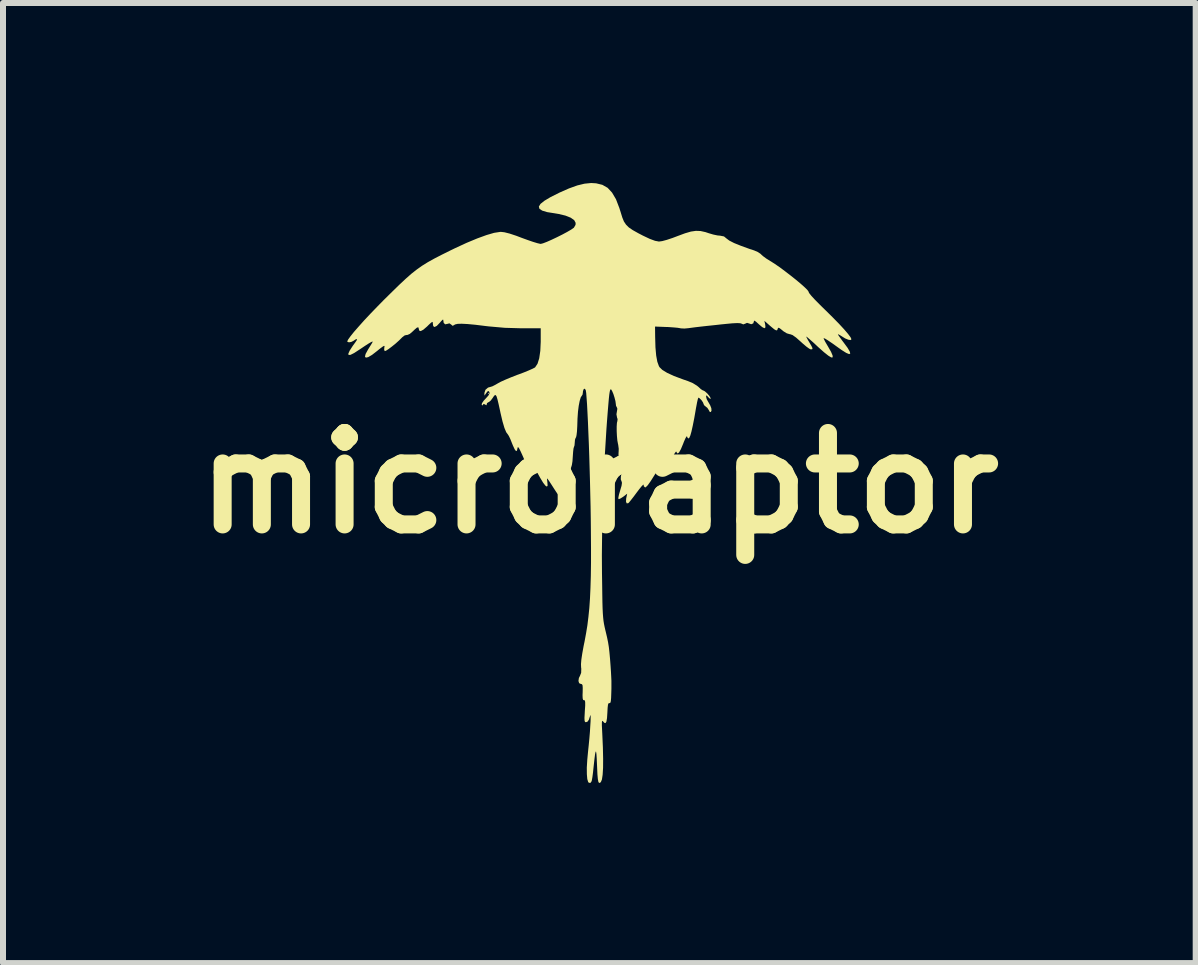
<source format=kicad_pcb>
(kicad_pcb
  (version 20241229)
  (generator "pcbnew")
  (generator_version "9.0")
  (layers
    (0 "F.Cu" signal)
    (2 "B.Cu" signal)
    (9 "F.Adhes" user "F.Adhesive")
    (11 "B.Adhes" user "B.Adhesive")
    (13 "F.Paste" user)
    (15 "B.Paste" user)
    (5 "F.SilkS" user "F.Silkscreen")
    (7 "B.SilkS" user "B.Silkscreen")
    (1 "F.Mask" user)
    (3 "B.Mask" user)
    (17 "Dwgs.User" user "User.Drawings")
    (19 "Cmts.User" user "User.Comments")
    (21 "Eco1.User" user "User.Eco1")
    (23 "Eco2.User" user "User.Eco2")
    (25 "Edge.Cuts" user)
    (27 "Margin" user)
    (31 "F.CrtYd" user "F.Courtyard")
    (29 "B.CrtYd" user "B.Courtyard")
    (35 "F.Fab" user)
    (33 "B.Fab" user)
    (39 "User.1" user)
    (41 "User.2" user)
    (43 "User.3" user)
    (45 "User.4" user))
  (footprint "microraptor"
    (layer "F.Cu")
    (at 6.938 5)
    (property "Reference" "microraptor" (at 0 0 0) (layer "F.SilkS") (effects (font (size 1.524 1.524) (thickness 0.3))))
    (attr board_only exclude_from_pos_files exclude_from_bom)
    (fp_poly (pts (xy -1.837 -1.495) (xy -1.846 -1.485) (xy -1.856 -1.495) (xy -1.846 -1.504)) (stroke (width 0) (type solid)) (fill yes) (layer "F.SilkS"))
    (fp_poly (pts (xy -0.053 -4.995) (xy 0.05 -4.97) (xy 0.138 -4.92) (xy 0.212 -4.84) (xy 0.277 -4.73) (xy 0.333 -4.584) (xy 0.355 -4.515) (xy 0.382 -4.427) (xy 0.409 -4.36) (xy 0.444 -4.307) (xy 0.491 -4.26) (xy 0.557 -4.215) (xy 0.648 -4.164) (xy 0.727 -4.123) (xy 0.841 -4.069) (xy 0.928 -4.037) (xy 0.991 -4.025) (xy 0.996 -4.025) (xy 1.047 -4.032) (xy 1.125 -4.053) (xy 1.221 -4.085) (xy 1.303 -4.116) (xy 1.427 -4.162) (xy 1.526 -4.191) (xy 1.609 -4.203) (xy 1.687 -4.2) (xy 1.768 -4.182) (xy 1.825 -4.163) (xy 1.9 -4.141) (xy 1.971 -4.126) (xy 2.01 -4.123) (xy 2.077 -4.11) (xy 2.121 -4.074) (xy 2.165 -4.041) (xy 2.245 -4) (xy 2.359 -3.954) (xy 2.505 -3.901) (xy 2.579 -3.877) (xy 2.639 -3.851) (xy 2.685 -3.821) (xy 2.696 -3.81) (xy 2.727 -3.782) (xy 2.781 -3.742) (xy 2.848 -3.7) (xy 2.859 -3.694) (xy 2.927 -3.65) (xy 3.009 -3.594) (xy 3.097 -3.528) (xy 3.188 -3.458) (xy 3.276 -3.388) (xy 3.355 -3.322) (xy 3.419 -3.265) (xy 3.465 -3.22) (xy 3.486 -3.192) (xy 3.486 -3.187) (xy 3.497 -3.165) (xy 3.533 -3.12) (xy 3.592 -3.056) (xy 3.671 -2.976) (xy 3.765 -2.883) (xy 3.77 -2.879) (xy 3.889 -2.761) (xy 3.993 -2.655) (xy 4.079 -2.562) (xy 4.144 -2.486) (xy 4.186 -2.43) (xy 4.201 -2.397) (xy 4.201 -2.396) (xy 4.186 -2.383) (xy 4.148 -2.389) (xy 4.097 -2.41) (xy 4.06 -2.433) (xy 4.014 -2.462) (xy 3.982 -2.479) (xy 3.976 -2.481) (xy 3.981 -2.467) (xy 4.007 -2.429) (xy 4.047 -2.374) (xy 4.072 -2.341) (xy 4.137 -2.253) (xy 4.173 -2.191) (xy 4.181 -2.157) (xy 4.162 -2.149) (xy 4.114 -2.169) (xy 4.038 -2.217) (xy 3.994 -2.248) (xy 3.891 -2.322) (xy 3.816 -2.373) (xy 3.767 -2.404) (xy 3.741 -2.415) (xy 3.737 -2.414) (xy 3.743 -2.396) (xy 3.765 -2.353) (xy 3.8 -2.293) (xy 3.809 -2.278) (xy 3.861 -2.187) (xy 3.887 -2.126) (xy 3.889 -2.095) (xy 3.865 -2.093) (xy 3.817 -2.122) (xy 3.744 -2.18) (xy 3.647 -2.266) (xy 3.577 -2.332) (xy 3.516 -2.386) (xy 3.472 -2.424) (xy 3.45 -2.442) (xy 3.449 -2.442) (xy 3.453 -2.427) (xy 3.473 -2.389) (xy 3.498 -2.347) (xy 3.534 -2.286) (xy 3.551 -2.25) (xy 3.55 -2.232) (xy 3.532 -2.228) (xy 3.524 -2.227) (xy 3.497 -2.24) (xy 3.45 -2.274) (xy 3.391 -2.324) (xy 3.358 -2.354) (xy 3.279 -2.424) (xy 3.22 -2.466) (xy 3.178 -2.481) (xy 3.172 -2.481) (xy 3.124 -2.495) (xy 3.067 -2.53) (xy 3.051 -2.544) (xy 3.007 -2.579) (xy 2.984 -2.589) (xy 2.974 -2.577) (xy 2.973 -2.573) (xy 2.964 -2.548) (xy 2.947 -2.544) (xy 2.915 -2.562) (xy 2.863 -2.605) (xy 2.843 -2.622) (xy 2.75 -2.704) (xy 2.764 -2.641) (xy 2.768 -2.595) (xy 2.751 -2.58) (xy 2.714 -2.599) (xy 2.655 -2.649) (xy 2.653 -2.651) (xy 2.612 -2.688) (xy 2.585 -2.706) (xy 2.579 -2.705) (xy 2.565 -2.661) (xy 2.531 -2.647) (xy 2.502 -2.657) (xy 2.461 -2.67) (xy 2.431 -2.656) (xy 2.397 -2.644) (xy 2.379 -2.653) (xy 2.351 -2.663) (xy 2.298 -2.666) (xy 2.216 -2.662) (xy 2.099 -2.651) (xy 2.081 -2.649) (xy 2.029 -2.644) (xy 1.95 -2.635) (xy 1.856 -2.625) (xy 1.788 -2.618) (xy 1.69 -2.607) (xy 1.596 -2.596) (xy 1.52 -2.586) (xy 1.484 -2.581) (xy 1.418 -2.575) (xy 1.358 -2.578) (xy 1.344 -2.581) (xy 1.301 -2.588) (xy 1.232 -2.594) (xy 1.148 -2.6) (xy 1.11 -2.601) (xy 0.928 -2.608) (xy 0.93 -2.433) (xy 0.935 -2.261) (xy 0.947 -2.125) (xy 0.966 -2.022) (xy 0.992 -1.95) (xy 1.003 -1.931) (xy 1.049 -1.886) (xy 1.129 -1.837) (xy 1.244 -1.784) (xy 1.396 -1.727) (xy 1.475 -1.7) (xy 1.558 -1.665) (xy 1.626 -1.623) (xy 1.652 -1.602) (xy 1.692 -1.565) (xy 1.723 -1.545) (xy 1.729 -1.544) (xy 1.758 -1.529) (xy 1.797 -1.495) (xy 1.833 -1.453) (xy 1.854 -1.417) (xy 1.856 -1.408) (xy 1.846 -1.403) (xy 1.821 -1.425) (xy 1.818 -1.429) (xy 1.791 -1.458) (xy 1.781 -1.458) (xy 1.779 -1.439) (xy 1.789 -1.398) (xy 1.815 -1.351) (xy 1.816 -1.35) (xy 1.847 -1.296) (xy 1.866 -1.247) (xy 1.869 -1.206) (xy 1.857 -1.183) (xy 1.839 -1.187) (xy 1.827 -1.211) (xy 1.8 -1.253) (xy 1.777 -1.271) (xy 1.746 -1.297) (xy 1.738 -1.315) (xy 1.727 -1.344) (xy 1.703 -1.38) (xy 1.674 -1.41) (xy 1.653 -1.423) (xy 1.649 -1.421) (xy 1.641 -1.398) (xy 1.629 -1.347) (xy 1.616 -1.277) (xy 1.612 -1.257) (xy 1.583 -1.089) (xy 1.557 -0.957) (xy 1.535 -0.859) (xy 1.516 -0.792) (xy 1.499 -0.754) (xy 1.484 -0.742) (xy 1.467 -0.759) (xy 1.462 -0.777) (xy 1.452 -0.776) (xy 1.434 -0.744) (xy 1.409 -0.688) (xy 1.397 -0.656) (xy 1.359 -0.565) (xy 1.328 -0.51) (xy 1.304 -0.492) (xy 1.288 -0.511) (xy 1.286 -0.522) (xy 1.275 -0.522) (xy 1.251 -0.489) (xy 1.216 -0.425) (xy 1.187 -0.366) (xy 1.149 -0.289) (xy 1.114 -0.227) (xy 1.089 -0.187) (xy 1.077 -0.176) (xy 1.064 -0.193) (xy 1.054 -0.237) (xy 1.051 -0.259) (xy 1.045 -0.341) (xy 0.918 -0.131) (xy 0.855 -0.031) (xy 0.807 0.036) (xy 0.774 0.069) (xy 0.762 0.073) (xy 0.74 0.052) (xy 0.739 0.029) (xy 0.731 0.027) (xy 0.705 0.053) (xy 0.665 0.102) (xy 0.624 0.156) (xy 0.572 0.226) (xy 0.526 0.285) (xy 0.494 0.324) (xy 0.481 0.336) (xy 0.456 0.338) (xy 0.444 0.31) (xy 0.447 0.257) (xy 0.45 0.243) (xy 0.464 0.177) (xy 0.398 0.228) (xy 0.354 0.256) (xy 0.324 0.268) (xy 0.318 0.266) (xy 0.317 0.242) (xy 0.327 0.192) (xy 0.346 0.127) (xy 0.347 0.123) (xy 0.37 0.045) (xy 0.377 -0.004) (xy 0.369 -0.032) (xy 0.368 -0.033) (xy 0.357 -0.062) (xy 0.359 -0.111) (xy 0.376 -0.186) (xy 0.383 -0.21) (xy 0.387 -0.242) (xy 0.371 -0.245) (xy 0.366 -0.243) (xy 0.333 -0.242) (xy 0.323 -0.273) (xy 0.336 -0.333) (xy 0.341 -0.35) (xy 0.358 -0.402) (xy 0.359 -0.428) (xy 0.345 -0.441) (xy 0.339 -0.443) (xy 0.319 -0.465) (xy 0.32 -0.51) (xy 0.321 -0.513) (xy 0.323 -0.571) (xy 0.314 -0.639) (xy 0.311 -0.65) (xy 0.3 -0.709) (xy 0.293 -0.785) (xy 0.289 -0.867) (xy 0.289 -0.943) (xy 0.293 -1.003) (xy 0.3 -1.032) (xy 0.304 -1.066) (xy 0.295 -1.091) (xy 0.285 -1.146) (xy 0.292 -1.189) (xy 0.3 -1.238) (xy 0.292 -1.261) (xy 0.278 -1.287) (xy 0.274 -1.322) (xy 0.268 -1.366) (xy 0.253 -1.424) (xy 0.234 -1.484) (xy 0.213 -1.533) (xy 0.196 -1.561) (xy 0.192 -1.563) (xy 0.185 -1.559) (xy 0.178 -1.545) (xy 0.172 -1.517) (xy 0.165 -1.471) (xy 0.158 -1.404) (xy 0.15 -1.312) (xy 0.14 -1.191) (xy 0.128 -1.037) (xy 0.118 -0.899) (xy 0.075 -0.2) (xy 0.05 0.494) (xy 0.042 1.201) (xy 0.044 1.507) (xy 0.047 1.699) (xy 0.049 1.856) (xy 0.051 1.984) (xy 0.054 2.087) (xy 0.058 2.17) (xy 0.063 2.237) (xy 0.069 2.294) (xy 0.077 2.345) (xy 0.087 2.395) (xy 0.099 2.448) (xy 0.105 2.472) (xy 0.128 2.569) (xy 0.145 2.652) (xy 0.158 2.732) (xy 0.168 2.821) (xy 0.178 2.928) (xy 0.187 3.048) (xy 0.194 3.153) (xy 0.198 3.231) (xy 0.201 3.295) (xy 0.201 3.356) (xy 0.201 3.427) (xy 0.199 3.495) (xy 0.196 3.582) (xy 0.191 3.636) (xy 0.183 3.662) (xy 0.171 3.668) (xy 0.168 3.667) (xy 0.154 3.669) (xy 0.144 3.693) (xy 0.138 3.745) (xy 0.134 3.82) (xy 0.128 3.915) (xy 0.118 3.975) (xy 0.103 4.001) (xy 0.082 3.995) (xy 0.065 3.976) (xy 0.053 3.963) (xy 0.046 3.966) (xy 0.042 3.991) (xy 0.042 4.041) (xy 0.046 4.122) (xy 0.049 4.181) (xy 0.059 4.407) (xy 0.063 4.594) (xy 0.062 4.745) (xy 0.055 4.86) (xy 0.043 4.94) (xy 0.024 4.986) (xy -0.0002 4.998) (xy -0.005 4.997) (xy -0.016 4.98) (xy -0.025 4.933) (xy -0.032 4.855) (xy -0.037 4.742) (xy -0.039 4.697) (xy -0.044 4.586) (xy -0.049 4.512) (xy -0.055 4.475) (xy -0.062 4.477) (xy -0.071 4.517) (xy -0.081 4.595) (xy -0.094 4.712) (xy -0.097 4.74) (xy -0.106 4.827) (xy -0.116 4.902) (xy -0.125 4.953) (xy -0.129 4.97) (xy -0.151 4.999) (xy -0.178 4.992) (xy -0.186 4.982) (xy -0.201 4.933) (xy -0.208 4.852) (xy -0.209 4.742) (xy -0.201 4.61) (xy -0.189 4.482) (xy -0.177 4.367) (xy -0.166 4.253) (xy -0.157 4.145) (xy -0.151 4.047) (xy -0.146 3.966) (xy -0.145 3.906) (xy -0.146 3.872) (xy -0.151 3.87) (xy -0.154 3.88) (xy -0.175 3.945) (xy -0.198 3.977) (xy -0.226 3.986) (xy -0.239 3.98) (xy -0.246 3.959) (xy -0.248 3.914) (xy -0.244 3.841) (xy -0.242 3.799) (xy -0.236 3.711) (xy -0.236 3.656) (xy -0.24 3.627) (xy -0.251 3.618) (xy -0.256 3.619) (xy -0.27 3.614) (xy -0.278 3.588) (xy -0.28 3.534) (xy -0.278 3.485) (xy -0.277 3.412) (xy -0.28 3.37) (xy -0.29 3.352) (xy -0.307 3.348) (xy -0.308 3.348) (xy -0.337 3.335) (xy -0.348 3.298) (xy -0.341 3.249) (xy -0.323 3.213) (xy -0.303 3.162) (xy -0.301 3.095) (xy -0.304 3.072) (xy -0.306 3.018) (xy -0.3 2.943) (xy -0.285 2.842) (xy -0.261 2.71) (xy -0.246 2.638) (xy -0.221 2.503) (xy -0.199 2.368) (xy -0.182 2.229) (xy -0.167 2.082) (xy -0.156 1.922) (xy -0.148 1.746) (xy -0.142 1.549) (xy -0.139 1.329) (xy -0.139 1.079) (xy -0.141 0.798) (xy -0.143 0.586) (xy -0.146 0.389) (xy -0.151 0.184) (xy -0.156 -0.027) (xy -0.162 -0.239) (xy -0.168 -0.448) (xy -0.175 -0.65) (xy -0.183 -0.841) (xy -0.19 -1.018) (xy -0.198 -1.176) (xy -0.205 -1.312) (xy -0.213 -1.421) (xy -0.219 -1.5) (xy -0.226 -1.544) (xy -0.227 -1.549) (xy -0.243 -1.573) (xy -0.261 -1.565) (xy -0.273 -1.531) (xy -0.274 -1.514) (xy -0.28 -1.474) (xy -0.291 -1.457) (xy -0.31 -1.428) (xy -0.328 -1.368) (xy -0.344 -1.286) (xy -0.356 -1.19) (xy -0.363 -1.09) (xy -0.364 -1.075) (xy -0.368 -0.95) (xy -0.373 -0.859) (xy -0.38 -0.799) (xy -0.388 -0.763) (xy -0.396 -0.751) (xy -0.406 -0.722) (xy -0.41 -0.675) (xy -0.41 -0.674) (xy -0.414 -0.627) (xy -0.424 -0.599) (xy -0.424 -0.599) (xy -0.431 -0.574) (xy -0.437 -0.521) (xy -0.442 -0.45) (xy -0.443 -0.437) (xy -0.448 -0.362) (xy -0.458 -0.3) (xy -0.469 -0.264) (xy -0.47 -0.262) (xy -0.483 -0.228) (xy -0.472 -0.177) (xy -0.471 -0.173) (xy -0.452 -0.108) (xy -0.454 -0.071) (xy -0.476 -0.059) (xy -0.479 -0.059) (xy -0.504 -0.043) (xy -0.508 -0.029) (xy -0.501 0.008) (xy -0.483 0.061) (xy -0.479 0.071) (xy -0.459 0.134) (xy -0.449 0.194) (xy -0.449 0.199) (xy -0.453 0.239) (xy -0.471 0.248) (xy -0.488 0.244) (xy -0.519 0.243) (xy -0.528 0.27) (xy -0.528 0.271) (xy -0.536 0.315) (xy -0.56 0.325) (xy -0.598 0.301) (xy -0.65 0.245) (xy -0.714 0.156) (xy -0.752 0.098) (xy -0.798 0.026) (xy -0.836 -0.032) (xy -0.862 -0.068) (xy -0.87 -0.078) (xy -0.872 -0.061) (xy -0.867 -0.019) (xy -0.866 -0.01) (xy -0.862 0.042) (xy -0.874 0.059) (xy -0.899 0.043) (xy -0.937 -0.006) (xy -0.986 -0.087) (xy -1.011 -0.132) (xy -1.056 -0.214) (xy -1.087 -0.264) (xy -1.105 -0.285) (xy -1.113 -0.278) (xy -1.113 -0.27) (xy -1.121 -0.222) (xy -1.141 -0.204) (xy -1.168 -0.22) (xy -1.168 -0.22) (xy -1.183 -0.247) (xy -1.21 -0.302) (xy -1.244 -0.375) (xy -1.272 -0.44) (xy -1.31 -0.524) (xy -1.336 -0.576) (xy -1.352 -0.598) (xy -1.361 -0.595) (xy -1.364 -0.581) (xy -1.373 -0.54) (xy -1.389 -0.533) (xy -1.411 -0.562) (xy -1.441 -0.627) (xy -1.456 -0.664) (xy -1.483 -0.732) (xy -1.508 -0.784) (xy -1.525 -0.811) (xy -1.526 -0.812) (xy -1.552 -0.847) (xy -1.582 -0.919) (xy -1.614 -1.028) (xy -1.648 -1.173) (xy -1.654 -1.202) (xy -1.679 -1.316) (xy -1.698 -1.395) (xy -1.713 -1.444) (xy -1.727 -1.466) (xy -1.742 -1.465) (xy -1.76 -1.445) (xy -1.777 -1.419) (xy -1.81 -1.375) (xy -1.84 -1.35) (xy -1.848 -1.348) (xy -1.872 -1.332) (xy -1.876 -1.316) (xy -1.881 -1.296) (xy -1.903 -1.308) (xy -1.928 -1.32) (xy -1.939 -1.306) (xy -1.95 -1.292) (xy -1.961 -1.304) (xy -1.956 -1.331) (xy -1.926 -1.374) (xy -1.895 -1.407) (xy -1.849 -1.458) (xy -1.83 -1.494) (xy -1.833 -1.517) (xy -1.849 -1.535) (xy -1.867 -1.524) (xy -1.883 -1.502) (xy -1.915 -1.457) (xy -1.915 -1.503) (xy -1.898 -1.554) (xy -1.855 -1.591) (xy -1.816 -1.602) (xy -1.783 -1.612) (xy -1.732 -1.638) (xy -1.696 -1.659) (xy -1.643 -1.688) (xy -1.563 -1.724) (xy -1.467 -1.764) (xy -1.365 -1.804) (xy -1.355 -1.807) (xy -1.259 -1.843) (xy -1.176 -1.877) (xy -1.111 -1.906) (xy -1.073 -1.926) (xy -1.07 -1.929) (xy -1.031 -1.987) (xy -1.002 -2.079) (xy -0.984 -2.203) (xy -0.977 -2.354) (xy -0.977 -2.368) (xy -0.977 -2.579) (xy -1.294 -2.579) (xy -1.574 -2.587) (xy -1.846 -2.611) (xy -1.905 -2.618) (xy -2.068 -2.638) (xy -2.197 -2.65) (xy -2.294 -2.655) (xy -2.362 -2.653) (xy -2.405 -2.643) (xy -2.42 -2.633) (xy -2.445 -2.62) (xy -2.469 -2.641) (xy -2.469 -2.641) (xy -2.499 -2.662) (xy -2.526 -2.654) (xy -2.569 -2.645) (xy -2.594 -2.669) (xy -2.599 -2.702) (xy -2.602 -2.723) (xy -2.614 -2.721) (xy -2.643 -2.69) (xy -2.659 -2.671) (xy -2.709 -2.619) (xy -2.747 -2.6) (xy -2.769 -2.616) (xy -2.774 -2.652) (xy -2.776 -2.678) (xy -2.784 -2.686) (xy -2.804 -2.673) (xy -2.844 -2.636) (xy -2.87 -2.61) (xy -2.934 -2.555) (xy -2.978 -2.532) (xy -3.003 -2.542) (xy -3.009 -2.57) (xy -3.016 -2.595) (xy -3.039 -2.591) (xy -3.08 -2.556) (xy -3.108 -2.529) (xy -3.158 -2.486) (xy -3.198 -2.468) (xy -3.208 -2.468) (xy -3.243 -2.461) (xy -3.284 -2.43) (xy -3.286 -2.428) (xy -3.336 -2.378) (xy -3.396 -2.324) (xy -3.458 -2.274) (xy -3.514 -2.232) (xy -3.556 -2.205) (xy -3.577 -2.199) (xy -3.586 -2.224) (xy -3.583 -2.261) (xy -3.579 -2.282) (xy -3.588 -2.287) (xy -3.613 -2.272) (xy -3.66 -2.237) (xy -3.704 -2.201) (xy -3.788 -2.136) (xy -3.851 -2.099) (xy -3.891 -2.09) (xy -3.906 -2.107) (xy -3.895 -2.152) (xy -3.856 -2.223) (xy -3.853 -2.228) (xy -3.81 -2.297) (xy -3.785 -2.338) (xy -3.777 -2.357) (xy -3.784 -2.358) (xy -3.803 -2.349) (xy -3.813 -2.344) (xy -3.85 -2.322) (xy -3.909 -2.284) (xy -3.977 -2.238) (xy -3.997 -2.225) (xy -4.086 -2.167) (xy -4.146 -2.137) (xy -4.179 -2.134) (xy -4.183 -2.157) (xy -4.16 -2.208) (xy -4.109 -2.287) (xy -4.068 -2.343) (xy -4.04 -2.385) (xy -4.041 -2.401) (xy -4.069 -2.39) (xy -4.092 -2.373) (xy -4.133 -2.352) (xy -4.173 -2.345) (xy -4.198 -2.354) (xy -4.201 -2.362) (xy -4.187 -2.391) (xy -4.149 -2.444) (xy -4.09 -2.518) (xy -4.012 -2.607) (xy -3.92 -2.71) (xy -3.815 -2.822) (xy -3.702 -2.939) (xy -3.595 -3.048) (xy -3.451 -3.19) (xy -3.33 -3.308) (xy -3.225 -3.406) (xy -3.131 -3.489) (xy -3.042 -3.559) (xy -2.953 -3.622) (xy -2.858 -3.681) (xy -2.752 -3.74) (xy -2.63 -3.803) (xy -2.485 -3.875) (xy -2.411 -3.911) (xy -2.212 -4.003) (xy -2.034 -4.077) (xy -1.88 -4.133) (xy -1.753 -4.17) (xy -1.655 -4.185) (xy -1.641 -4.186) (xy -1.581 -4.179) (xy -1.497 -4.158) (xy -1.385 -4.121) (xy -1.293 -4.086) (xy -1.194 -4.05) (xy -1.104 -4.019) (xy -1.031 -3.997) (xy -0.983 -3.986) (xy -0.975 -3.986) (xy -0.939 -3.995) (xy -0.876 -4.019) (xy -0.797 -4.054) (xy -0.708 -4.096) (xy -0.618 -4.141) (xy -0.536 -4.185) (xy -0.469 -4.224) (xy -0.426 -4.254) (xy -0.424 -4.256) (xy -0.397 -4.302) (xy -0.395 -4.336) (xy -0.419 -4.381) (xy -0.477 -4.422) (xy -0.565 -4.457) (xy -0.677 -4.484) (xy -0.749 -4.496) (xy -0.869 -4.515) (xy -0.952 -4.54) (xy -0.998 -4.57) (xy -1.008 -4.607) (xy -0.981 -4.652) (xy -0.916 -4.704) (xy -0.814 -4.765) (xy -0.674 -4.835) (xy -0.669 -4.838) (xy -0.506 -4.91) (xy -0.367 -4.96) (xy -0.247 -4.989) (xy -0.137 -5)) (stroke (width 0) (type solid)) (fill yes) (layer "F.SilkS")))
  (gr_rect
    (start -3 -3)
    (end 16.876 12.999)
    (stroke (width 0.1) (type default))
    (fill no)
    (layer "Edge.Cuts")))
</source>
